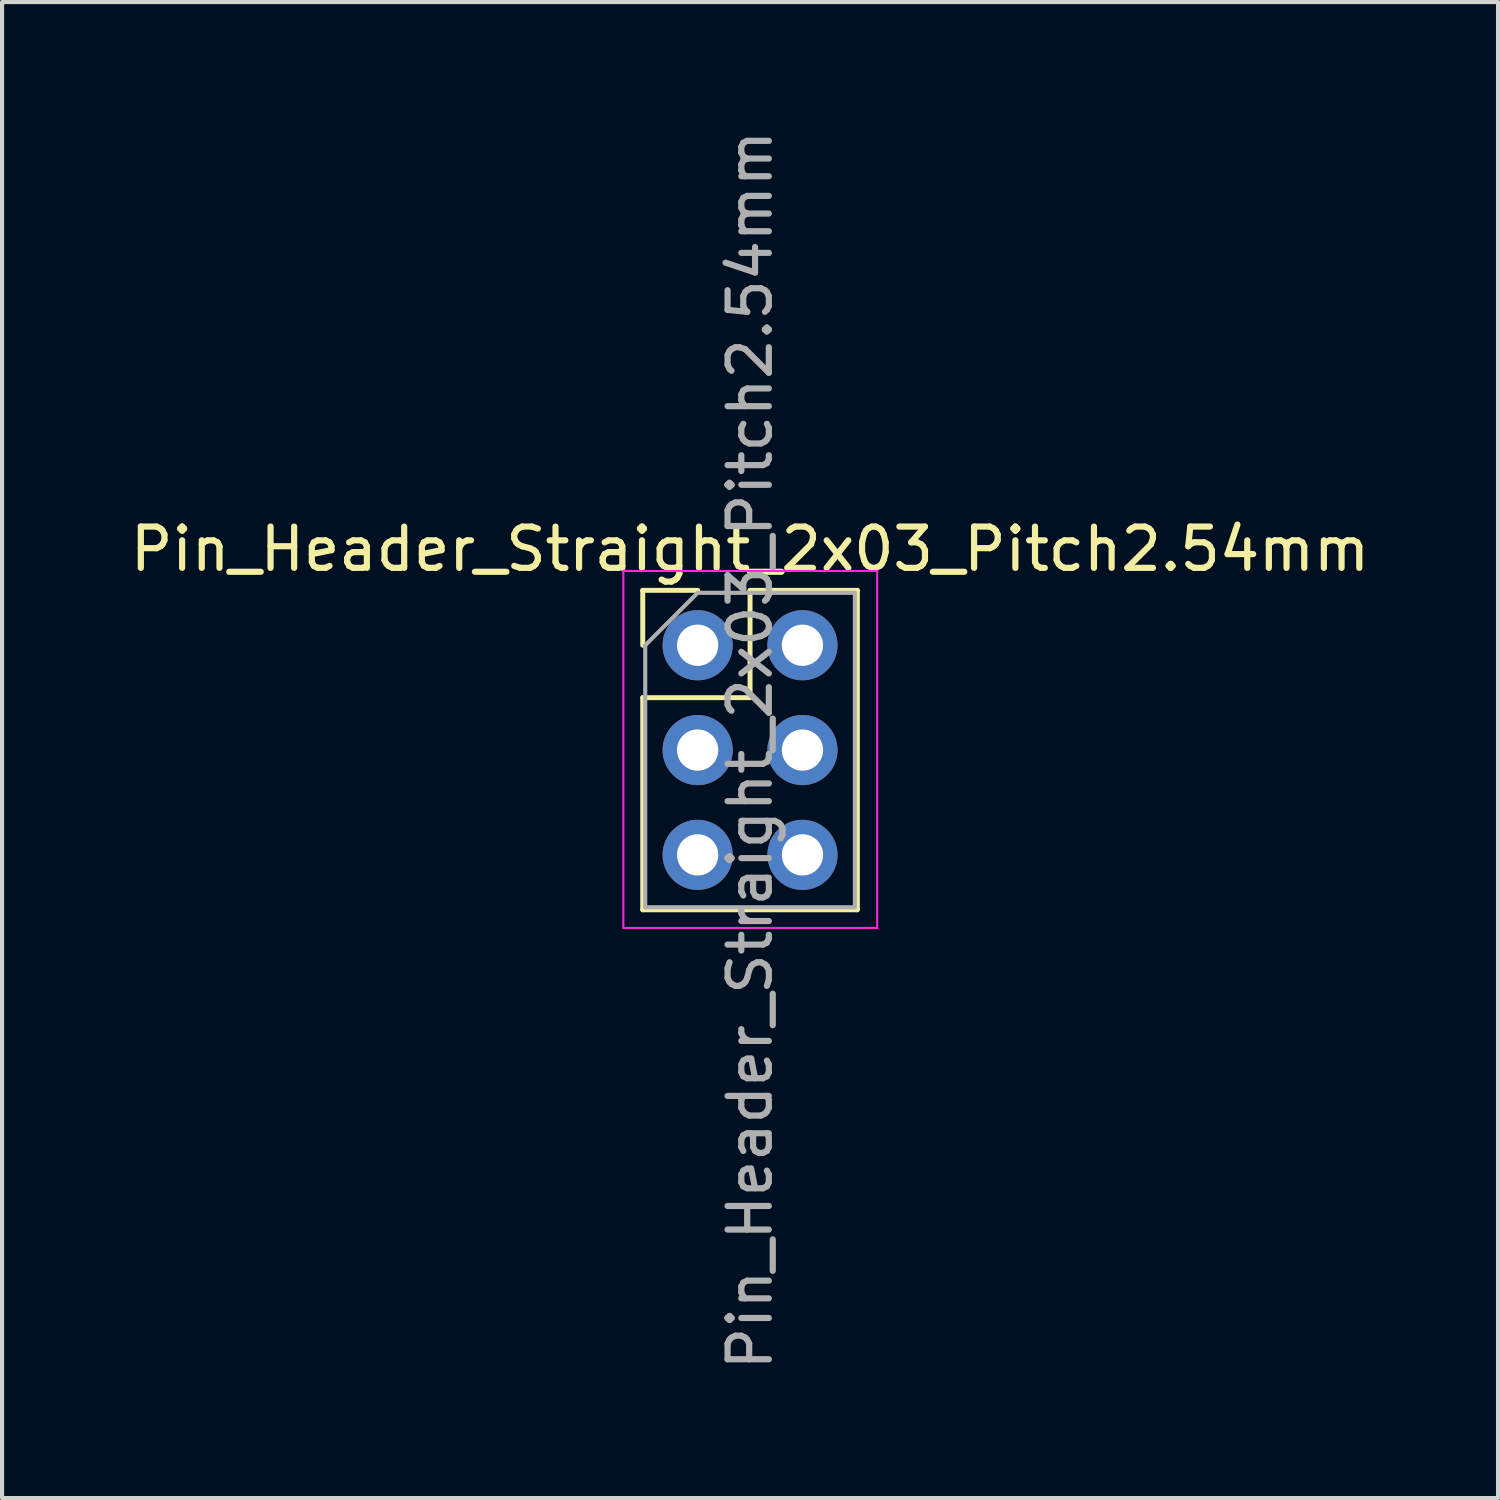
<source format=kicad_pcb>
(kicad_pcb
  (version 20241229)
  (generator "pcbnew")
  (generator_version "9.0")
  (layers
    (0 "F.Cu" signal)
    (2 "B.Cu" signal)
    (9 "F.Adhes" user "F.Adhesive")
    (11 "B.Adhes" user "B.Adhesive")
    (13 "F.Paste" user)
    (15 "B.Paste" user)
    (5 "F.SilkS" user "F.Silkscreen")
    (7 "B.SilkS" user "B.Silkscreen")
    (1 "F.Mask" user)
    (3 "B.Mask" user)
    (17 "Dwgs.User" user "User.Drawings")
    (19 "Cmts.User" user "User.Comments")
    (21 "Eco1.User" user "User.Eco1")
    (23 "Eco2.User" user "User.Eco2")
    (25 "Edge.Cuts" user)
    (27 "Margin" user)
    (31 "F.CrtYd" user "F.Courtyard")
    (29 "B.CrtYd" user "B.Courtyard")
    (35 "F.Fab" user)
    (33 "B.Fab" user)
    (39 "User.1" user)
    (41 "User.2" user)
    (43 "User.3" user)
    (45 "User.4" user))
  (footprint "Pin_Header_Straight_2x03_Pitch2.54mm"
    (layer "F.Cu")
    (at 13.855 12.585)
    (property "Reference" "Pin_Header_Straight_2x03_Pitch2.54mm" (at 1.27 -2.33 0) (layer "F.SilkS") (effects (font (size 1 1) (thickness 0.15))))
    (attr through_hole)
    (fp_line (start -1.33 -1.33) (end 0 -1.33) (stroke (width 0.12) (type solid)) (layer "F.SilkS"))
    (fp_line (start -1.33 0) (end -1.33 -1.33) (stroke (width 0.12) (type solid)) (layer "F.SilkS"))
    (fp_line (start -1.33 1.27) (end -1.33 6.41) (stroke (width 0.12) (type solid)) (layer "F.SilkS"))
    (fp_line (start -1.33 1.27) (end 1.27 1.27) (stroke (width 0.12) (type solid)) (layer "F.SilkS"))
    (fp_line (start -1.33 6.41) (end 3.87 6.41) (stroke (width 0.12) (type solid)) (layer "F.SilkS"))
    (fp_line (start 1.27 -1.33) (end 3.87 -1.33) (stroke (width 0.12) (type solid)) (layer "F.SilkS"))
    (fp_line (start 1.27 1.27) (end 1.27 -1.33) (stroke (width 0.12) (type solid)) (layer "F.SilkS"))
    (fp_line (start 3.87 -1.33) (end 3.87 6.41) (stroke (width 0.12) (type solid)) (layer "F.SilkS"))
    (fp_line (start -1.8 -1.8) (end -1.8 6.85) (stroke (width 0.05) (type solid)) (layer "F.CrtYd"))
    (fp_line (start -1.8 6.85) (end 4.35 6.85) (stroke (width 0.05) (type solid)) (layer "F.CrtYd"))
    (fp_line (start 4.35 -1.8) (end -1.8 -1.8) (stroke (width 0.05) (type solid)) (layer "F.CrtYd"))
    (fp_line (start 4.35 6.85) (end 4.35 -1.8) (stroke (width 0.05) (type solid)) (layer "F.CrtYd"))
    (fp_line (start -1.27 0) (end 0 -1.27) (stroke (width 0.1) (type solid)) (layer "F.Fab"))
    (fp_line (start -1.27 6.35) (end -1.27 0) (stroke (width 0.1) (type solid)) (layer "F.Fab"))
    (fp_line (start 0 -1.27) (end 3.81 -1.27) (stroke (width 0.1) (type solid)) (layer "F.Fab"))
    (fp_line (start 3.81 -1.27) (end 3.81 6.35) (stroke (width 0.1) (type solid)) (layer "F.Fab"))
    (fp_line (start 3.81 6.35) (end -1.27 6.35) (stroke (width 0.1) (type solid)) (layer "F.Fab"))
    (fp_text user "${REFERENCE}" (at 1.27 2.54 90) (layer "F.Fab") (effects (font (size 1 1) (thickness 0.15))))
    (pad "a1" thru_hole circle (at 0 0) (size 1.7 1.7) (drill 1) (layers "*.Cu" "*.Mask"))
    (pad "a2" thru_hole oval (at 0 2.54) (size 1.7 1.7) (drill 1) (layers "*.Cu" "*.Mask"))
    (pad "a3" thru_hole oval (at 0 5.08) (size 1.7 1.7) (drill 1) (layers "*.Cu" "*.Mask"))
    (pad "b1" thru_hole oval (at 2.54 0) (size 1.7 1.7) (drill 1) (layers "*.Cu" "*.Mask"))
    (pad "b2" thru_hole oval (at 2.54 2.54) (size 1.7 1.7) (drill 1) (layers "*.Cu" "*.Mask"))
    (pad "b3" thru_hole oval (at 2.54 5.08) (size 1.7 1.7) (drill 1) (layers "*.Cu" "*.Mask")))
  (gr_rect
    (start -3 -3)
    (end 33.25 33.25)
    (stroke (width 0.1) (type default))
    (fill no)
    (layer "Edge.Cuts")))
</source>
